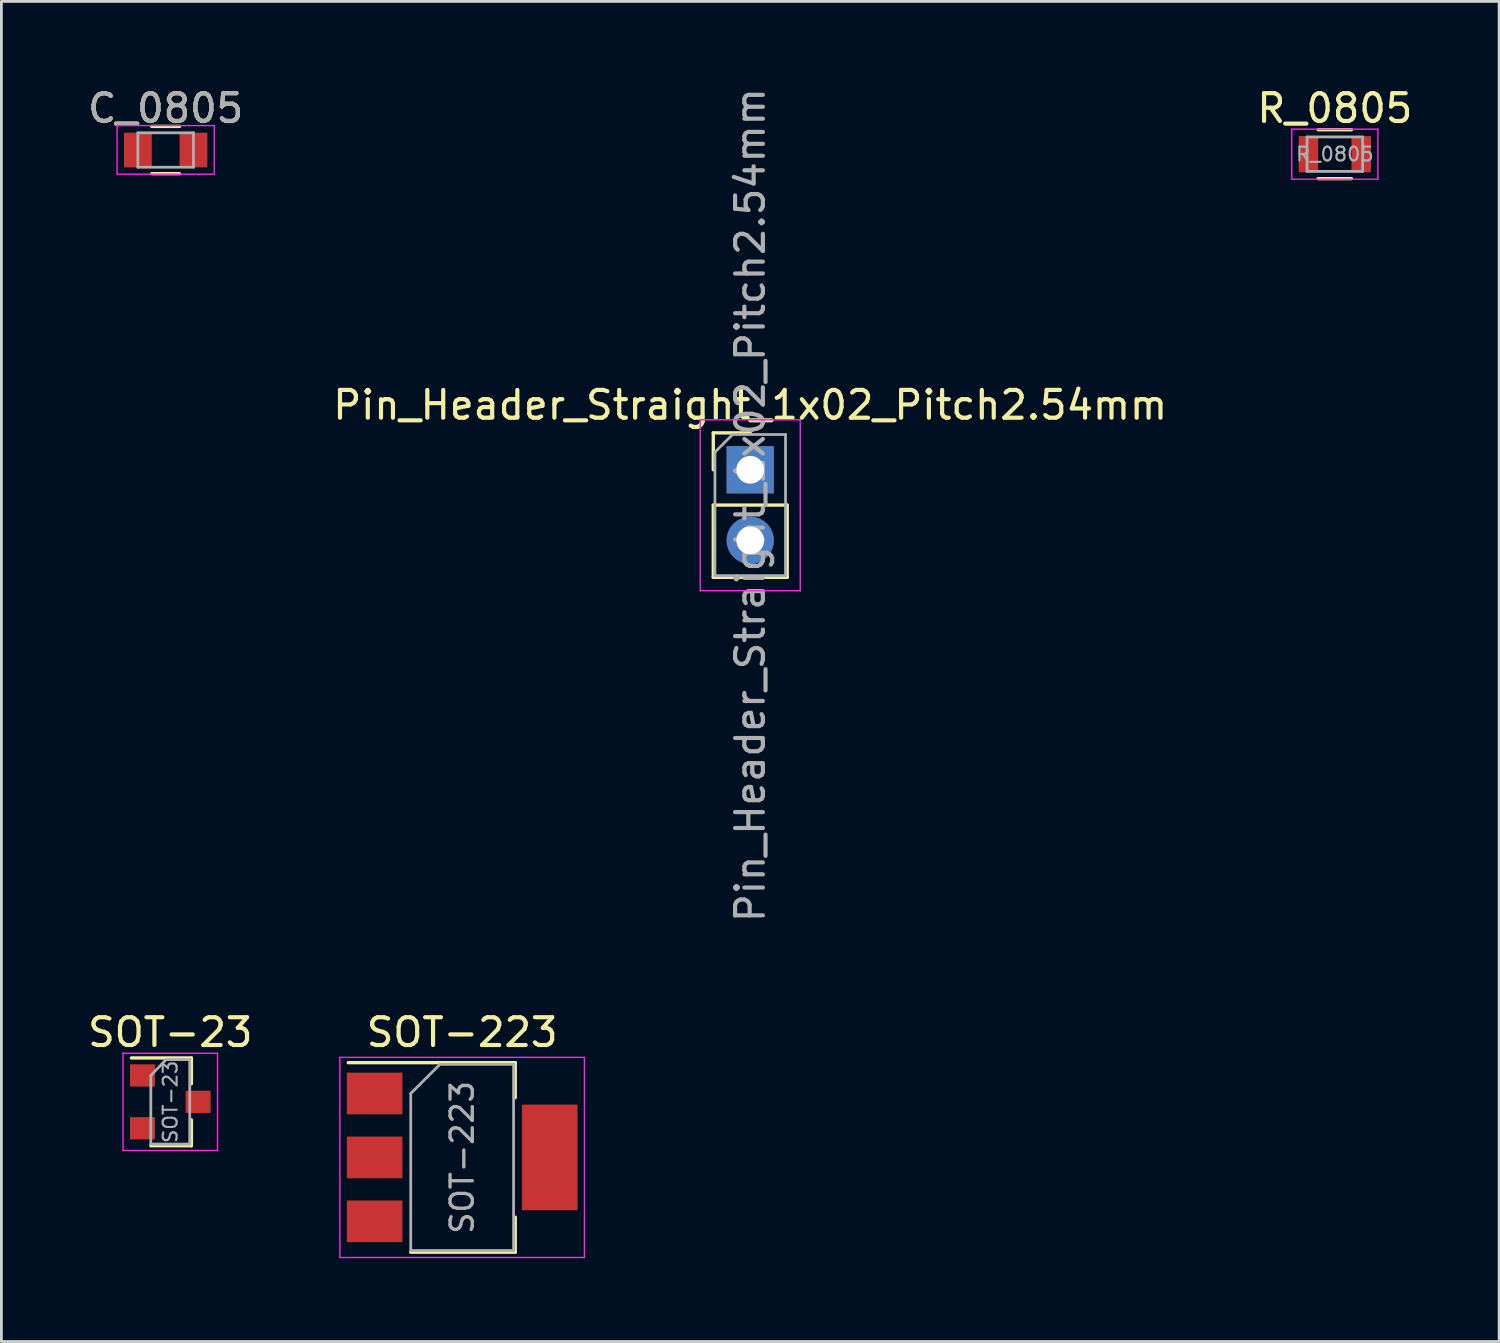
<source format=kicad_pcb>
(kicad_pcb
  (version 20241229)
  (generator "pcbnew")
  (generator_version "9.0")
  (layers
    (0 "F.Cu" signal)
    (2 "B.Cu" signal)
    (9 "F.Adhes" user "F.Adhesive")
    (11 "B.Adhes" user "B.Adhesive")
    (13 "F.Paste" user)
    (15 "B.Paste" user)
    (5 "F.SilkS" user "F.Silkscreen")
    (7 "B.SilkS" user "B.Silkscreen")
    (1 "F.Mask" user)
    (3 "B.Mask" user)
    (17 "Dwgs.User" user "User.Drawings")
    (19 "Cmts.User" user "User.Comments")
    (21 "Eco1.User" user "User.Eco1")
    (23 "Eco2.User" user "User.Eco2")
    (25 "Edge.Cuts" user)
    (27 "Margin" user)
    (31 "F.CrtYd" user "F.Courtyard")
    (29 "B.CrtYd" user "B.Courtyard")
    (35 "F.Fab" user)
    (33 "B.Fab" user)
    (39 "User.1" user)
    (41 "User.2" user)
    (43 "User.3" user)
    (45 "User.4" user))
  (footprint "R_0805"
    (layer "F.Cu")
    (at 44.982 2.498)
    (property "Reference" "R_0805" (at 0 -1.65 0) (layer "F.SilkS") (effects (font (size 1 1) (thickness 0.15))))
    (attr smd)
    (fp_line (start -0.6 -0.88) (end 0.6 -0.88) (stroke (width 0.12) (type solid)) (layer "F.SilkS"))
    (fp_line (start 0.6 0.88) (end -0.6 0.88) (stroke (width 0.12) (type solid)) (layer "F.SilkS"))
    (fp_line (start -1.55 -0.9) (end -1.55 0.9) (stroke (width 0.05) (type solid)) (layer "F.CrtYd"))
    (fp_line (start -1.55 -0.9) (end 1.55 -0.9) (stroke (width 0.05) (type solid)) (layer "F.CrtYd"))
    (fp_line (start 1.55 0.9) (end -1.55 0.9) (stroke (width 0.05) (type solid)) (layer "F.CrtYd"))
    (fp_line (start 1.55 0.9) (end 1.55 -0.9) (stroke (width 0.05) (type solid)) (layer "F.CrtYd"))
    (fp_line (start -1 -0.62) (end 1 -0.62) (stroke (width 0.1) (type solid)) (layer "F.Fab"))
    (fp_line (start -1 0.62) (end -1 -0.62) (stroke (width 0.1) (type solid)) (layer "F.Fab"))
    (fp_line (start 1 -0.62) (end 1 0.62) (stroke (width 0.1) (type solid)) (layer "F.Fab"))
    (fp_line (start 1 0.62) (end -1 0.62) (stroke (width 0.1) (type solid)) (layer "F.Fab"))
    (fp_text user "${REFERENCE}" (at 0 0 0) (layer "F.Fab") (effects (font (size 0.5 0.5) (thickness 0.075))))
    (pad "1" smd rect (at -0.95 0) (size 0.7 1.3) (layers "F.Cu" "F.Mask" "F.Paste"))
    (pad "2" smd rect (at 0.95 0) (size 0.7 1.3) (layers "F.Cu" "F.Mask" "F.Paste")))
  (footprint "Pin_Header_Straight_1x02_Pitch2.54mm"
    (layer "F.Cu")
    (at 23.946 13.855)
    (property "Reference" "Pin_Header_Straight_1x02_Pitch2.54mm" (at 0 -2.33 0) (layer "F.SilkS") (effects (font (size 1 1) (thickness 0.15))))
    (attr through_hole)
    (fp_line (start -1.33 -1.33) (end 0 -1.33) (stroke (width 0.12) (type solid)) (layer "F.SilkS"))
    (fp_line (start -1.33 0) (end -1.33 -1.33) (stroke (width 0.12) (type solid)) (layer "F.SilkS"))
    (fp_line (start -1.33 1.27) (end -1.33 3.87) (stroke (width 0.12) (type solid)) (layer "F.SilkS"))
    (fp_line (start -1.33 1.27) (end 1.33 1.27) (stroke (width 0.12) (type solid)) (layer "F.SilkS"))
    (fp_line (start -1.33 3.87) (end 1.33 3.87) (stroke (width 0.12) (type solid)) (layer "F.SilkS"))
    (fp_line (start 1.33 1.27) (end 1.33 3.87) (stroke (width 0.12) (type solid)) (layer "F.SilkS"))
    (fp_line (start -1.8 -1.8) (end -1.8 4.35) (stroke (width 0.05) (type solid)) (layer "F.CrtYd"))
    (fp_line (start -1.8 4.35) (end 1.8 4.35) (stroke (width 0.05) (type solid)) (layer "F.CrtYd"))
    (fp_line (start 1.8 -1.8) (end -1.8 -1.8) (stroke (width 0.05) (type solid)) (layer "F.CrtYd"))
    (fp_line (start 1.8 4.35) (end 1.8 -1.8) (stroke (width 0.05) (type solid)) (layer "F.CrtYd"))
    (fp_line (start -1.27 -0.635) (end -0.635 -1.27) (stroke (width 0.1) (type solid)) (layer "F.Fab"))
    (fp_line (start -1.27 3.81) (end -1.27 -0.635) (stroke (width 0.1) (type solid)) (layer "F.Fab"))
    (fp_line (start -0.635 -1.27) (end 1.27 -1.27) (stroke (width 0.1) (type solid)) (layer "F.Fab"))
    (fp_line (start 1.27 -1.27) (end 1.27 3.81) (stroke (width 0.1) (type solid)) (layer "F.Fab"))
    (fp_line (start 1.27 3.81) (end -1.27 3.81) (stroke (width 0.1) (type solid)) (layer "F.Fab"))
    (fp_text user "${REFERENCE}" (at 0 1.27 90) (layer "F.Fab") (effects (font (size 1 1) (thickness 0.15))))
    (pad "1" thru_hole rect (at 0 0) (size 1.7 1.7) (drill 1) (layers "*.Cu" "*.Mask"))
    (pad "2" thru_hole oval (at 0 2.54) (size 1.7 1.7) (drill 1) (layers "*.Cu" "*.Mask")))
  (footprint "SOT-23"
    (layer "F.Cu")
    (at 3.077 36.598)
    (property "Reference" "SOT-23" (at 0 -2.5 0) (layer "F.SilkS") (effects (font (size 1 1) (thickness 0.15))))
    (attr smd)
    (fp_line (start 0.76 -1.58) (end -1.4 -1.58) (stroke (width 0.12) (type solid)) (layer "F.SilkS"))
    (fp_line (start 0.76 -1.58) (end 0.76 -0.65) (stroke (width 0.12) (type solid)) (layer "F.SilkS"))
    (fp_line (start 0.76 1.58) (end -0.7 1.58) (stroke (width 0.12) (type solid)) (layer "F.SilkS"))
    (fp_line (start 0.76 1.58) (end 0.76 0.65) (stroke (width 0.12) (type solid)) (layer "F.SilkS"))
    (fp_line (start -1.7 -1.75) (end 1.7 -1.75) (stroke (width 0.05) (type solid)) (layer "F.CrtYd"))
    (fp_line (start -1.7 1.75) (end -1.7 -1.75) (stroke (width 0.05) (type solid)) (layer "F.CrtYd"))
    (fp_line (start 1.7 -1.75) (end 1.7 1.75) (stroke (width 0.05) (type solid)) (layer "F.CrtYd"))
    (fp_line (start 1.7 1.75) (end -1.7 1.75) (stroke (width 0.05) (type solid)) (layer "F.CrtYd"))
    (fp_line (start -0.7 -0.95) (end -0.7 1.5) (stroke (width 0.1) (type solid)) (layer "F.Fab"))
    (fp_line (start -0.7 -0.95) (end -0.15 -1.52) (stroke (width 0.1) (type solid)) (layer "F.Fab"))
    (fp_line (start -0.7 1.52) (end 0.7 1.52) (stroke (width 0.1) (type solid)) (layer "F.Fab"))
    (fp_line (start -0.15 -1.52) (end 0.7 -1.52) (stroke (width 0.1) (type solid)) (layer "F.Fab"))
    (fp_line (start 0.7 -1.52) (end 0.7 1.52) (stroke (width 0.1) (type solid)) (layer "F.Fab"))
    (fp_text user "${REFERENCE}" (at 0 0 90) (layer "F.Fab") (effects (font (size 0.5 0.5) (thickness 0.075))))
    (pad "B" smd rect (at -1 -0.95) (size 0.9 0.8) (layers "F.Cu" "F.Mask" "F.Paste"))
    (pad "C" smd rect (at 1 0) (size 0.9 0.8) (layers "F.Cu" "F.Mask" "F.Paste"))
    (pad "E" smd rect (at -1 0.95) (size 0.9 0.8) (layers "F.Cu" "F.Mask" "F.Paste")))
  (footprint "SOT-223"
    (layer "F.Cu")
    (at 13.58 38.598)
    (property "Reference" "SOT-223" (at 0 -4.5 0) (layer "F.SilkS") (effects (font (size 1 1) (thickness 0.15))))
    (attr smd)
    (fp_line (start -4.1 -3.41) (end 1.91 -3.41) (stroke (width 0.12) (type solid)) (layer "F.SilkS"))
    (fp_line (start -1.85 3.41) (end 1.91 3.41) (stroke (width 0.12) (type solid)) (layer "F.SilkS"))
    (fp_line (start 1.91 -3.41) (end 1.91 -2.15) (stroke (width 0.12) (type solid)) (layer "F.SilkS"))
    (fp_line (start 1.91 3.41) (end 1.91 2.15) (stroke (width 0.12) (type solid)) (layer "F.SilkS"))
    (fp_line (start -4.4 -3.6) (end -4.4 3.6) (stroke (width 0.05) (type solid)) (layer "F.CrtYd"))
    (fp_line (start -4.4 3.6) (end 4.4 3.6) (stroke (width 0.05) (type solid)) (layer "F.CrtYd"))
    (fp_line (start 4.4 -3.6) (end -4.4 -3.6) (stroke (width 0.05) (type solid)) (layer "F.CrtYd"))
    (fp_line (start 4.4 3.6) (end 4.4 -3.6) (stroke (width 0.05) (type solid)) (layer "F.CrtYd"))
    (fp_line (start -1.85 -2.3) (end -1.85 3.35) (stroke (width 0.1) (type solid)) (layer "F.Fab"))
    (fp_line (start -1.85 -2.3) (end -0.8 -3.35) (stroke (width 0.1) (type solid)) (layer "F.Fab"))
    (fp_line (start -1.85 3.35) (end 1.85 3.35) (stroke (width 0.1) (type solid)) (layer "F.Fab"))
    (fp_line (start -0.8 -3.35) (end 1.85 -3.35) (stroke (width 0.1) (type solid)) (layer "F.Fab"))
    (fp_line (start 1.85 -3.35) (end 1.85 3.35) (stroke (width 0.1) (type solid)) (layer "F.Fab"))
    (fp_text user "${REFERENCE}" (at 0 0 90) (layer "F.Fab") (effects (font (size 0.8 0.8) (thickness 0.12))))
    (pad "1" smd rect (at -3.15 -2.3) (size 2 1.5) (layers "F.Cu" "F.Mask" "F.Paste"))
    (pad "2" smd rect (at -3.15 0) (size 2 1.5) (layers "F.Cu" "F.Mask" "F.Paste"))
    (pad "3" smd rect (at -3.15 2.3) (size 2 1.5) (layers "F.Cu" "F.Mask" "F.Paste"))
    (pad "4" smd rect (at 3.15 0) (size 2 3.8) (layers "F.Cu" "F.Mask" "F.Paste")))
  (footprint "C_0805"
    (layer "F.Cu")
    (at 2.911 2.348)
    (property "Reference" "C_0805" (at 0 -1.5 0) (layer "F.SilkS") (effects (font (size 1 1) (thickness 0.15))))
    (attr smd)
    (fp_line (start -0.5 0.85) (end 0.5 0.85) (stroke (width 0.12) (type solid)) (layer "F.SilkS"))
    (fp_line (start 0.5 -0.85) (end -0.5 -0.85) (stroke (width 0.12) (type solid)) (layer "F.SilkS"))
    (fp_line (start -1.75 -0.88) (end -1.75 0.87) (stroke (width 0.05) (type solid)) (layer "F.CrtYd"))
    (fp_line (start -1.75 -0.88) (end 1.75 -0.88) (stroke (width 0.05) (type solid)) (layer "F.CrtYd"))
    (fp_line (start 1.75 0.87) (end -1.75 0.87) (stroke (width 0.05) (type solid)) (layer "F.CrtYd"))
    (fp_line (start 1.75 0.87) (end 1.75 -0.88) (stroke (width 0.05) (type solid)) (layer "F.CrtYd"))
    (fp_line (start -1 -0.62) (end 1 -0.62) (stroke (width 0.1) (type solid)) (layer "F.Fab"))
    (fp_line (start -1 0.62) (end -1 -0.62) (stroke (width 0.1) (type solid)) (layer "F.Fab"))
    (fp_line (start 1 -0.62) (end 1 0.62) (stroke (width 0.1) (type solid)) (layer "F.Fab"))
    (fp_line (start 1 0.62) (end -1 0.62) (stroke (width 0.1) (type solid)) (layer "F.Fab"))
    (fp_text user "${REFERENCE}" (at 0 -1.5 0) (layer "F.Fab") (effects (font (size 1 1) (thickness 0.15))))
    (pad "1" smd rect (at -1 0) (size 1 1.25) (layers "F.Cu" "F.Mask" "F.Paste"))
    (pad "2" smd rect (at 1 0) (size 1 1.25) (layers "F.Cu" "F.Mask" "F.Paste")))
  (gr_rect
    (start -3 -3)
    (end 50.893 45.223)
    (stroke (width 0.1) (type default))
    (fill no)
    (layer "Edge.Cuts")))
</source>
